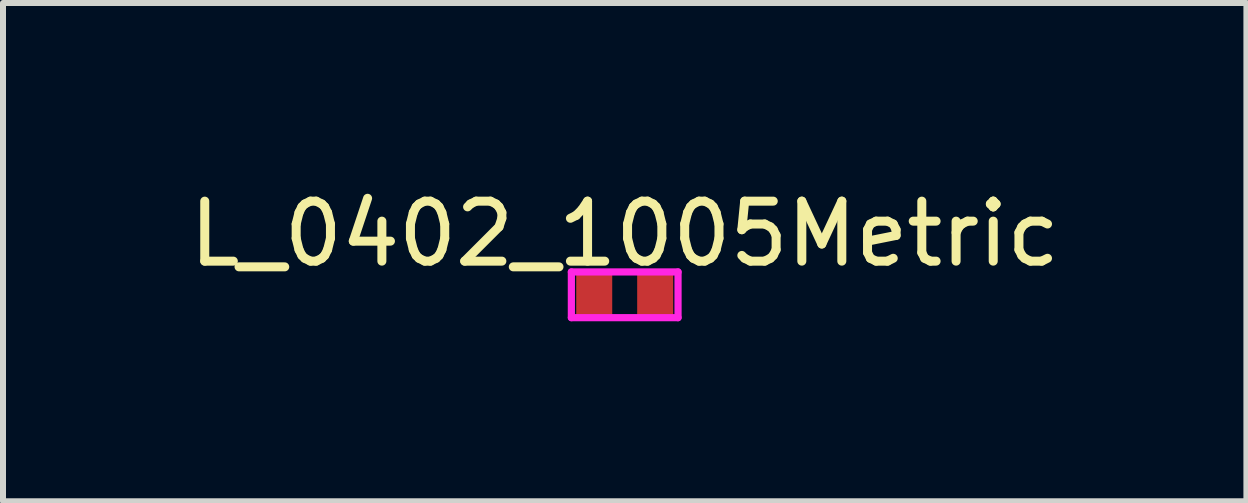
<source format=kicad_pcb>
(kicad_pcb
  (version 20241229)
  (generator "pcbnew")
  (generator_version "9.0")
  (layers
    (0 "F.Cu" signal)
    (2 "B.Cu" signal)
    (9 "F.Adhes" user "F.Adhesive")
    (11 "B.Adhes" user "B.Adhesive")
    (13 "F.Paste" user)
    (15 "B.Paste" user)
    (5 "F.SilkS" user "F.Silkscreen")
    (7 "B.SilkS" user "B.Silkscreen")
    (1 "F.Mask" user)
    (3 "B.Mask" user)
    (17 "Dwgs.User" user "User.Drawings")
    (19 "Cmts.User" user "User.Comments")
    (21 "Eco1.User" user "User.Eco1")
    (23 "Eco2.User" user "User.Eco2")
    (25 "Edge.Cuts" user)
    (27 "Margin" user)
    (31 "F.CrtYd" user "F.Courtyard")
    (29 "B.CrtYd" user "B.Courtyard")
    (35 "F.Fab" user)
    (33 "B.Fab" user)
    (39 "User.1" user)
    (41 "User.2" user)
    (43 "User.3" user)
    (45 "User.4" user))
  (footprint "L_0402_1005Metric"
    (layer "F.Cu")
    (at 7.363 1.864)
    (property "Reference" "L_0402_1005Metric" (at 0 -1.016 0) (layer "F.SilkS") (effects (font (size 1 1) (thickness 0.15))))
    (attr smd)
    (fp_line (start -0.889 -0.381) (end -0.889 0.381) (stroke (width 0.12) (type solid)) (layer "F.CrtYd"))
    (fp_line (start -0.889 0.381) (end 0.889 0.381) (stroke (width 0.12) (type solid)) (layer "F.CrtYd"))
    (fp_line (start 0.889 -0.381) (end -0.889 -0.381) (stroke (width 0.12) (type solid)) (layer "F.CrtYd"))
    (fp_line (start 0.889 0.381) (end 0.889 -0.381) (stroke (width 0.12) (type solid)) (layer "F.CrtYd"))
    (pad "1" smd rect (at -0.508 0) (size 0.6 0.7) (layers "F.Cu" "F.Mask" "F.Paste"))
    (pad "2" smd rect (at 0.508 0) (size 0.6 0.7) (layers "F.Cu" "F.Mask" "F.Paste")))
  (gr_rect
    (start -3 -3)
    (end 17.726 5.305)
    (stroke (width 0.1) (type default))
    (fill no)
    (layer "Edge.Cuts")))
</source>
